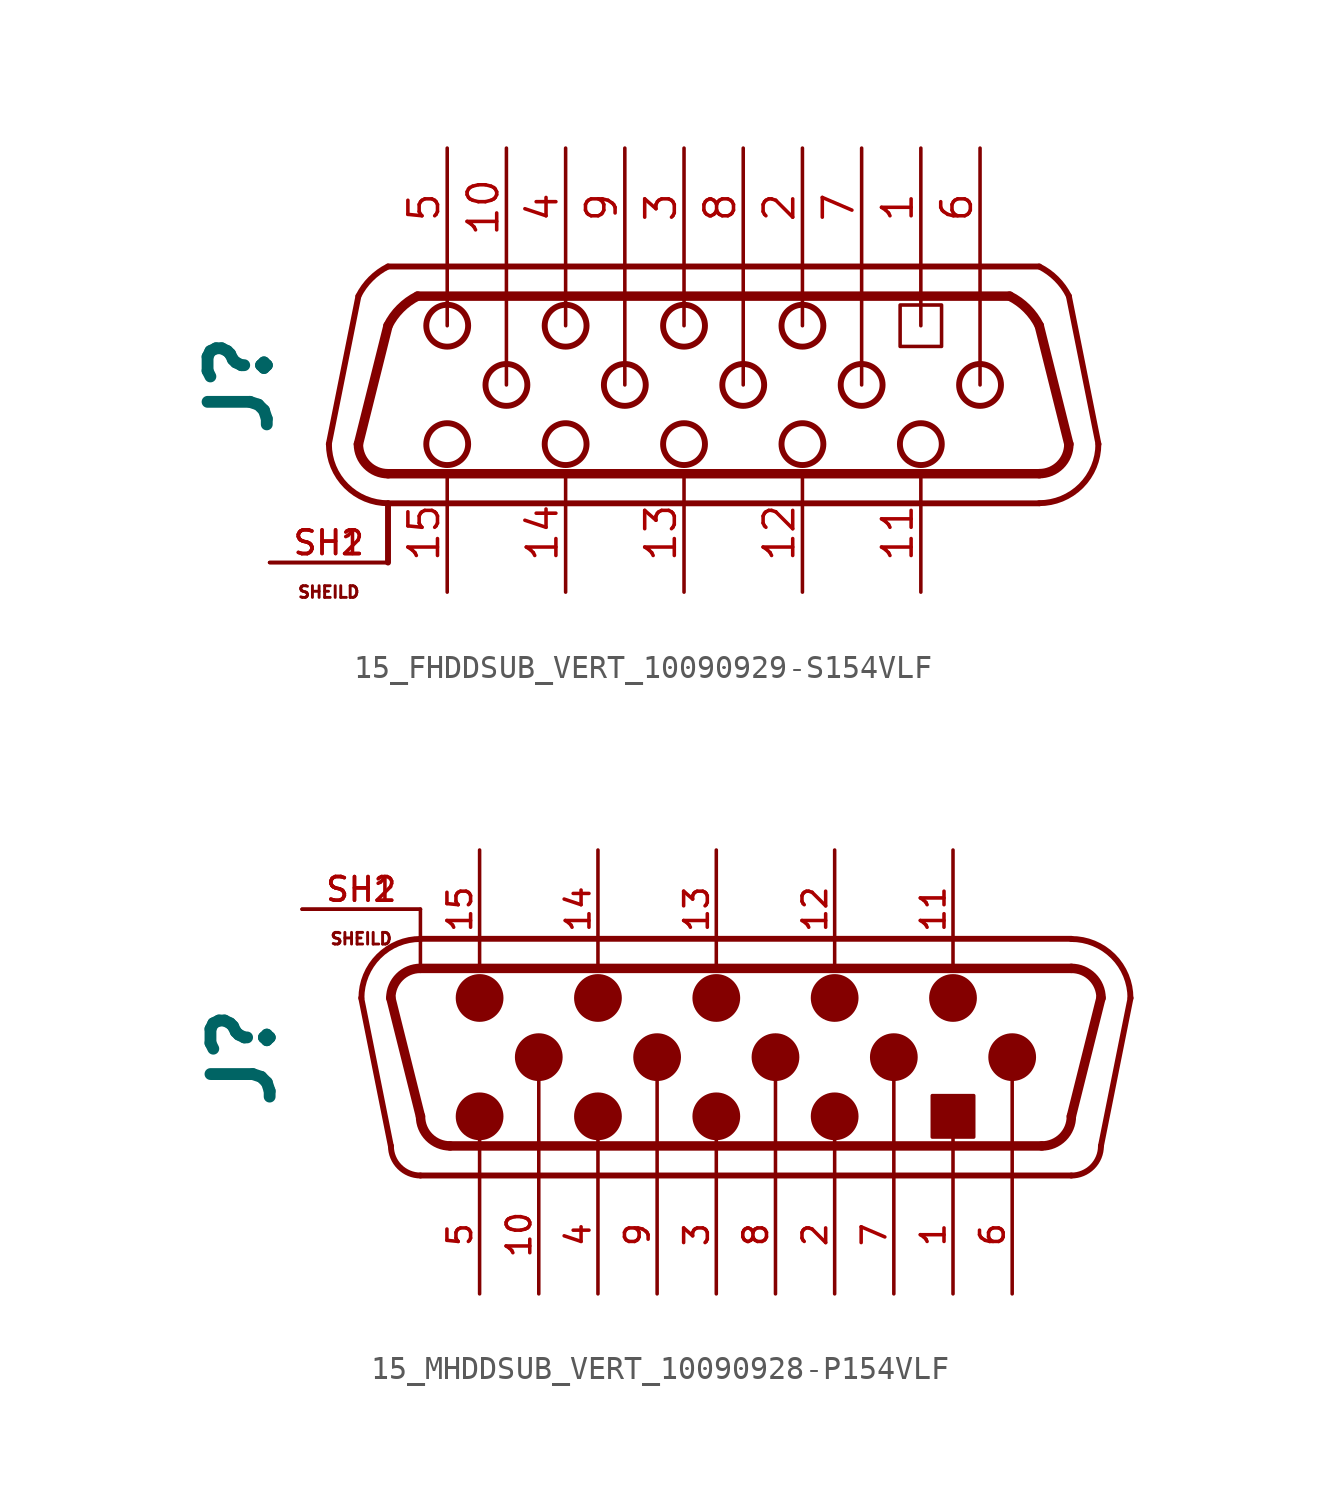
<source format=kicad_sym>
(kicad_symbol_lib
  (version 20241209)
  (generator "kicad_symbol_editor")
  (generator_version "9.0")
  (symbol "15_FHDDSUB_VERT_10090929-S154VLF"
    (pin_names
      (offset 1.27)
      (hide yes))
    (property "Reference" "J"
      (at -20.32 0 90)
      (effects (font (size 2.54 2.54) (thickness 0.508) (bold yes))))
    (symbol "15_FHDDSUB_VERT_10090929-S154VLF_0_0"
      (polyline (pts (xy -15.24 3.81) (xy -16.51 -2.54)) (stroke (width 0.254) (type default)) (fill (type none)))
      (polyline (pts (xy -13.97 5.08) (xy 13.97 5.08)) (stroke (width 0.254) (type default)) (fill (type none)))
      (polyline (pts (xy -13.97 2.54) (xy -15.24 -2.54)) (stroke (width 0.406) (type default)) (fill (type none)))
      (polyline (pts (xy -13.97 -3.81) (xy 13.97 -3.81)) (stroke (width 0.406) (type default)) (fill (type none)))
      (polyline (pts (xy -13.97 -5.08) (xy -13.97 -7.62)) (stroke (width 0.254) (type default)) (fill (type none)))
      (polyline (pts (xy -13.97 -5.08) (xy 13.97 -5.08)) (stroke (width 0.254) (type default)) (fill (type none)))
      (arc (start -13.97 -3.81) (mid -14.868 -3.438) (end -15.24 -2.54) (stroke (width 0.4064) (type default)) (fill (type none)))
      (arc (start -13.966 -5.076) (mid -15.7632 -4.3332) (end -16.506 -2.536) (stroke (width 0.254) (type default)) (fill (type none)))
      (arc (start -15.24 3.81) (mid -14.708 4.548) (end -13.97 5.08) (stroke (width 0.254) (type default)) (fill (type none)))
      (arc (start -13.97 2.54) (mid -13.438 3.278) (end -12.7 3.81) (stroke (width 0.4064) (type default)) (fill (type none)))
      (arc (start 12.7 3.81) (mid 13.438 3.278) (end 13.97 2.54) (stroke (width 0.4064) (type default)) (fill (type none)))
      (polyline (pts (xy 12.7 3.81) (xy -12.7 3.81)) (stroke (width 0.406) (type default)) (fill (type none)))
      (arc (start 13.97 5.08) (mid 14.708 4.548) (end 15.24 3.81) (stroke (width 0.254) (type default)) (fill (type none)))
      (arc (start 15.24 -2.54) (mid 14.868 -3.438) (end 13.97 -3.81) (stroke (width 0.4064) (type default)) (fill (type none)))
      (arc (start 16.5058 -2.5358) (mid 15.7631 -4.3331) (end 13.9658 -5.0758) (stroke (width 0.254) (type default)) (fill (type none)))
      (polyline (pts (xy 15.24 3.81) (xy 16.51 -2.54)) (stroke (width 0.254) (type default)) (fill (type none)))
      (polyline (pts (xy 15.24 -2.54) (xy 13.97 2.54)) (stroke (width 0.406) (type default)) (fill (type none)))
      (pin passive line (at -11.43 -8.89 90) (length 5.08) (name "15" (effects (font (size 1.27 1.27)))) (number "15" (effects (font (size 1.27 1.27)))))
      (pin passive line (at -8.89 10.16 270) (length 5.08) (name "10" (effects (font (size 1.27 1.27)))) (number "10" (effects (font (size 1.27 1.27)))))
      (pin passive line (at -6.35 10.16 270) (length 5.08) (name "4" (effects (font (size 1.27 1.27)))) (number "4" (effects (font (size 1.27 1.27)))))
      (pin passive line (at -6.35 -8.89 90) (length 5.08) (name "14" (effects (font (size 1.27 1.27)))) (number "14" (effects (font (size 1.27 1.27)))))
      (pin passive line (at -3.81 10.16 270) (length 5.08) (name "9" (effects (font (size 1.27 1.27)))) (number "9" (effects (font (size 1.27 1.27)))))
      (pin passive line (at -1.27 10.16 270) (length 5.08) (name "3" (effects (font (size 1.27 1.27)))) (number "3" (effects (font (size 1.27 1.27)))))
      (pin passive line (at -1.27 -8.89 90) (length 5.08) (name "13" (effects (font (size 1.27 1.27)))) (number "13" (effects (font (size 1.27 1.27)))))
      (pin passive line (at 1.27 10.16 270) (length 5.08) (name "8" (effects (font (size 1.27 1.27)))) (number "8" (effects (font (size 1.27 1.27)))))
      (pin passive line (at 3.81 10.16 270) (length 5.08) (name "2" (effects (font (size 1.27 1.27)))) (number "2" (effects (font (size 1.27 1.27)))))
      (pin passive line (at 3.81 -8.89 90) (length 5.08) (name "12" (effects (font (size 1.27 1.27)))) (number "12" (effects (font (size 1.27 1.27)))))
      (pin passive line (at 6.35 10.16 270) (length 5.08) (name "7" (effects (font (size 1.27 1.27)))) (number "7" (effects (font (size 1.27 1.27)))))
      (pin passive line (at 8.89 10.16 270) (length 5.08) (name "1" (effects (font (size 1.27 1.27)))) (number "1" (effects (font (size 1.27 1.27)))))
      (pin passive line (at 8.89 -8.89 90) (length 5.08) (name "11" (effects (font (size 1.27 1.27)))) (number "11" (effects (font (size 1.27 1.27)))))
      (pin passive line (at 11.43 10.16 270) (length 5.08) (name "6" (effects (font (size 1.27 1.27)))) (number "6" (effects (font (size 1.27 1.27))))))
    (symbol "15_FHDDSUB_VERT_10090929-S154VLF_0_1"
      (polyline (pts (xy -11.43 5.08) (xy -11.43 2.54)) (stroke (width 0) (type default)) (fill (type none)))
      (circle (center -11.43 2.54) (radius 0.898) (stroke (width 0.254) (type default)) (fill (type none)))
      (circle (center -11.43 -2.54) (radius 0.898) (stroke (width 0.254) (type default)) (fill (type none)))
      (polyline (pts (xy -8.89 5.08) (xy -8.89 0)) (stroke (width 0) (type default)) (fill (type none)))
      (circle (center -8.89 0) (radius 0.898) (stroke (width 0.254) (type default)) (fill (type none)))
      (polyline (pts (xy -6.35 5.08) (xy -6.35 2.54)) (stroke (width 0) (type default)) (fill (type none)))
      (circle (center -6.35 2.54) (radius 0.898) (stroke (width 0.254) (type default)) (fill (type none)))
      (circle (center -6.35 -2.54) (radius 0.898) (stroke (width 0.254) (type default)) (fill (type none)))
      (polyline (pts (xy -3.81 5.08) (xy -3.81 0)) (stroke (width 0) (type default)) (fill (type none)))
      (circle (center -3.81 0) (radius 0.898) (stroke (width 0.254) (type default)) (fill (type none)))
      (polyline (pts (xy -1.27 5.08) (xy -1.27 2.54)) (stroke (width 0) (type default)) (fill (type none)))
      (circle (center -1.27 2.54) (radius 0.898) (stroke (width 0.254) (type default)) (fill (type none)))
      (circle (center -1.27 -2.54) (radius 0.898) (stroke (width 0.254) (type default)) (fill (type none)))
      (polyline (pts (xy 1.27 5.08) (xy 1.27 0)) (stroke (width 0) (type default)) (fill (type none)))
      (circle (center 1.27 0) (radius 0.898) (stroke (width 0.254) (type default)) (fill (type none)))
      (polyline (pts (xy 3.81 5.08) (xy 3.81 2.54)) (stroke (width 0) (type default)) (fill (type none)))
      (circle (center 3.81 2.54) (radius 0.898) (stroke (width 0.254) (type default)) (fill (type none)))
      (circle (center 3.81 -2.54) (radius 0.898) (stroke (width 0.254) (type default)) (fill (type none)))
      (polyline (pts (xy 6.35 5.08) (xy 6.35 0)) (stroke (width 0) (type default)) (fill (type none)))
      (circle (center 6.35 0) (radius 0.898) (stroke (width 0.254) (type default)) (fill (type none)))
      (polyline (pts (xy 8.89 5.08) (xy 8.89 2.54)) (stroke (width 0) (type default)) (fill (type none)))
      (circle (center 8.89 -2.54) (radius 0.898) (stroke (width 0.254) (type default)) (fill (type none)))
      (rectangle (start 9.779 3.429) (end 8.001 1.651) (stroke (width 0) (type default)) (fill (type none)))
      (polyline (pts (xy 11.43 5.08) (xy 11.43 0)) (stroke (width 0) (type default)) (fill (type none)))
      (circle (center 11.43 0) (radius 0.898) (stroke (width 0.254) (type default)) (fill (type none))))
    (symbol "15_FHDDSUB_VERT_10090929-S154VLF_1_0"
      (pin passive line (at -19.05 -7.62 0) (length 5.08) (name "SH1" (effects (font (size 1.016 1.016)))) (number "SH1" (effects (font (size 1.016 1.016)))))
      (pin passive line (at -19.05 -7.62 0) (length 5.08) (name "SH2" (effects (font (size 1.016 1.016)))) (number "SH2" (effects (font (size 1.016 1.016)))))
      (pin passive line (at -11.43 10.16 270) (length 5.08) (name "5" (effects (font (size 1.27 1.27)))) (number "5" (effects (font (size 1.27 1.27))))))
    (symbol "15_FHDDSUB_VERT_10090929-S154VLF_1_1"
      (text "SHEILD" (at -16.51 -8.89 0) (effects (font (size 0.5 0.5))))))
  (symbol "15_MHDDSUB_VERT_10090928-P154VLF"
    (pin_names
      (offset 1.016)
      (hide yes))
    (property "Reference" "J"
      (at -21.59 0 90)
      (effects (font (size 2.54 2.54) (thickness 0.508) (bold yes))))
    (symbol "15_MHDDSUB_VERT_10090928-P154VLF_0_0"
      (polyline (pts (xy -15.24 -3.81) (xy -16.51 2.54)) (stroke (width 0.254) (type default)) (fill (type none)))
      (polyline (pts (xy -13.97 5.08) (xy 13.97 5.08)) (stroke (width 0.254) (type default)) (fill (type none)))
      (polyline (pts (xy -13.97 3.81) (xy 13.97 3.81)) (stroke (width 0.406) (type default)) (fill (type none)))
      (arc (start -16.5017 2.5317) (mid -15.7602 4.3302) (end -13.9617 5.0717) (stroke (width 0.254) (type default)) (fill (type none)))
      (polyline (pts (xy -13.97 -2.54) (xy -15.24 2.54)) (stroke (width 0.406) (type default)) (fill (type none)))
      (arc (start -15.24 2.54) (mid -14.868 3.438) (end -13.97 3.81) (stroke (width 0.4064) (type default)) (fill (type none)))
      (arc (start -13.97 -5.08) (mid -14.868 -4.708) (end -15.24 -3.81) (stroke (width 0.254) (type default)) (fill (type none)))
      (arc (start -12.7 -3.81) (mid -13.598 -3.438) (end -13.97 -2.54) (stroke (width 0.4064) (type default)) (fill (type none)))
      (arc (start 13.97 -2.54) (mid 13.598 -3.438) (end 12.7 -3.81) (stroke (width 0.4064) (type default)) (fill (type none)))
      (polyline (pts (xy 12.7 -3.81) (xy -12.7 -3.81)) (stroke (width 0.406) (type default)) (fill (type none)))
      (arc (start 13.9617 5.0717) (mid 15.7602 4.3302) (end 16.5017 2.5317) (stroke (width 0.254) (type default)) (fill (type none)))
      (arc (start 13.97 3.81) (mid 14.868 3.438) (end 15.24 2.54) (stroke (width 0.4064) (type default)) (fill (type none)))
      (arc (start 15.24 -3.81) (mid 14.868 -4.708) (end 13.97 -5.08) (stroke (width 0.254) (type default)) (fill (type none)))
      (polyline (pts (xy 13.97 -5.08) (xy -13.97 -5.08)) (stroke (width 0.254) (type default)) (fill (type none)))
      (polyline (pts (xy 15.24 2.54) (xy 13.97 -2.54)) (stroke (width 0.406) (type default)) (fill (type none)))
      (polyline (pts (xy 15.24 -3.81) (xy 16.51 2.54)) (stroke (width 0.254) (type default)) (fill (type none)))
      (pin passive line (at -11.43 -10.16 90) (length 5.08) (name "5" (effects (font (size 1.016 1.016)))) (number "5" (effects (font (size 1.016 1.016)))))
      (pin passive line (at -8.89 -10.16 90) (length 5.08) (name "10" (effects (font (size 1.016 1.016)))) (number "10" (effects (font (size 1.016 1.016)))))
      (pin passive line (at -6.35 8.89 270) (length 5.08) (name "14" (effects (font (size 1.016 1.016)))) (number "14" (effects (font (size 1.016 1.016)))))
      (pin passive line (at -6.35 -10.16 90) (length 5.08) (name "4" (effects (font (size 1.016 1.016)))) (number "4" (effects (font (size 1.016 1.016)))))
      (pin passive line (at -3.81 -10.16 90) (length 5.08) (name "9" (effects (font (size 1.016 1.016)))) (number "9" (effects (font (size 1.016 1.016)))))
      (pin passive line (at -1.27 8.89 270) (length 5.08) (name "13" (effects (font (size 1.016 1.016)))) (number "13" (effects (font (size 1.016 1.016)))))
      (pin passive line (at -1.27 -10.16 90) (length 5.08) (name "3" (effects (font (size 1.016 1.016)))) (number "3" (effects (font (size 1.016 1.016)))))
      (pin passive line (at 1.27 -10.16 90) (length 5.08) (name "8" (effects (font (size 1.016 1.016)))) (number "8" (effects (font (size 1.016 1.016)))))
      (pin passive line (at 3.81 8.89 270) (length 5.08) (name "12" (effects (font (size 1.016 1.016)))) (number "12" (effects (font (size 1.016 1.016)))))
      (pin passive line (at 3.81 -10.16 90) (length 5.08) (name "2" (effects (font (size 1.016 1.016)))) (number "2" (effects (font (size 1.016 1.016)))))
      (pin passive line (at 6.35 -10.16 90) (length 5.08) (name "7" (effects (font (size 1.016 1.016)))) (number "7" (effects (font (size 1.016 1.016)))))
      (pin passive line (at 8.89 8.89 270) (length 5.08) (name "11" (effects (font (size 1.016 1.016)))) (number "11" (effects (font (size 1.016 1.016)))))
      (pin passive line (at 8.89 -10.16 90) (length 5.08) (name "1" (effects (font (size 1.016 1.016)))) (number "1" (effects (font (size 1.016 1.016)))))
      (pin passive line (at 11.43 -10.16 90) (length 5.08) (name "6" (effects (font (size 1.016 1.016)))) (number "6" (effects (font (size 1.016 1.016))))))
    (symbol "15_MHDDSUB_VERT_10090928-P154VLF_0_1"
      (polyline (pts (xy -13.97 3.81) (xy -13.97 6.35)) (stroke (width 0) (type default)) (fill (type none)))
      (circle (center -11.43 2.54) (radius 0.898) (stroke (width 0.254) (type default)) (fill (type outline)))
      (circle (center -11.43 -2.54) (radius 0.898) (stroke (width 0.254) (type default)) (fill (type outline)))
      (polyline (pts (xy -11.43 -5.08) (xy -11.43 -2.54)) (stroke (width 0) (type default)) (fill (type none)))
      (circle (center -8.89 0) (radius 0.898) (stroke (width 0.254) (type default)) (fill (type outline)))
      (polyline (pts (xy -8.89 -5.08) (xy -8.89 0)) (stroke (width 0) (type default)) (fill (type none)))
      (circle (center -6.35 2.54) (radius 0.898) (stroke (width 0.254) (type default)) (fill (type outline)))
      (circle (center -6.35 -2.54) (radius 0.898) (stroke (width 0.254) (type default)) (fill (type outline)))
      (polyline (pts (xy -6.35 -5.08) (xy -6.35 -2.54)) (stroke (width 0) (type default)) (fill (type none)))
      (circle (center -3.81 0) (radius 0.898) (stroke (width 0.254) (type default)) (fill (type outline)))
      (polyline (pts (xy -3.81 -5.08) (xy -3.81 0)) (stroke (width 0) (type default)) (fill (type none)))
      (circle (center -1.27 2.54) (radius 0.898) (stroke (width 0.254) (type default)) (fill (type outline)))
      (circle (center -1.27 -2.54) (radius 0.898) (stroke (width 0.254) (type default)) (fill (type outline)))
      (polyline (pts (xy -1.27 -5.08) (xy -1.27 -2.54)) (stroke (width 0) (type default)) (fill (type none)))
      (circle (center 1.27 0) (radius 0.898) (stroke (width 0.254) (type default)) (fill (type outline)))
      (polyline (pts (xy 1.27 -5.08) (xy 1.27 0)) (stroke (width 0) (type default)) (fill (type none)))
      (circle (center 3.81 2.54) (radius 0.898) (stroke (width 0.254) (type default)) (fill (type outline)))
      (circle (center 3.81 -2.54) (radius 0.898) (stroke (width 0.254) (type default)) (fill (type outline)))
      (polyline (pts (xy 3.81 -5.08) (xy 3.81 -2.54)) (stroke (width 0) (type default)) (fill (type none)))
      (circle (center 6.35 0) (radius 0.898) (stroke (width 0.254) (type default)) (fill (type outline)))
      (polyline (pts (xy 6.35 -5.08) (xy 6.35 0)) (stroke (width 0) (type default)) (fill (type none)))
      (rectangle (start 8.001 -1.651) (end 9.779 -3.429) (stroke (width 0) (type default)) (fill (type outline)))
      (circle (center 8.89 2.54) (radius 0.898) (stroke (width 0.254) (type default)) (fill (type outline)))
      (polyline (pts (xy 8.89 -5.08) (xy 8.89 -2.54)) (stroke (width 0) (type default)) (fill (type none)))
      (circle (center 11.43 0) (radius 0.898) (stroke (width 0.254) (type default)) (fill (type outline)))
      (polyline (pts (xy 11.43 -5.08) (xy 11.43 0)) (stroke (width 0) (type default)) (fill (type none))))
    (symbol "15_MHDDSUB_VERT_10090928-P154VLF_1_0"
      (pin passive line (at -19.05 6.35 0) (length 5.08) (name "SH1" (effects (font (size 1.016 1.016)))) (number "SH1" (effects (font (size 1.016 1.016)))))
      (pin passive line (at -19.05 6.35 0) (length 5.08) (name "SH2" (effects (font (size 1.016 1.016)))) (number "SH2" (effects (font (size 1.016 1.016)))))
      (pin passive line (at -11.43 8.89 270) (length 5.08) (name "15" (effects (font (size 1.016 1.016)))) (number "15" (effects (font (size 1.016 1.016))))))
    (symbol "15_MHDDSUB_VERT_10090928-P154VLF_1_1"
      (text "SHEILD" (at -16.51 5.08 0) (effects (font (size 0.5 0.5)))))))
</source>
